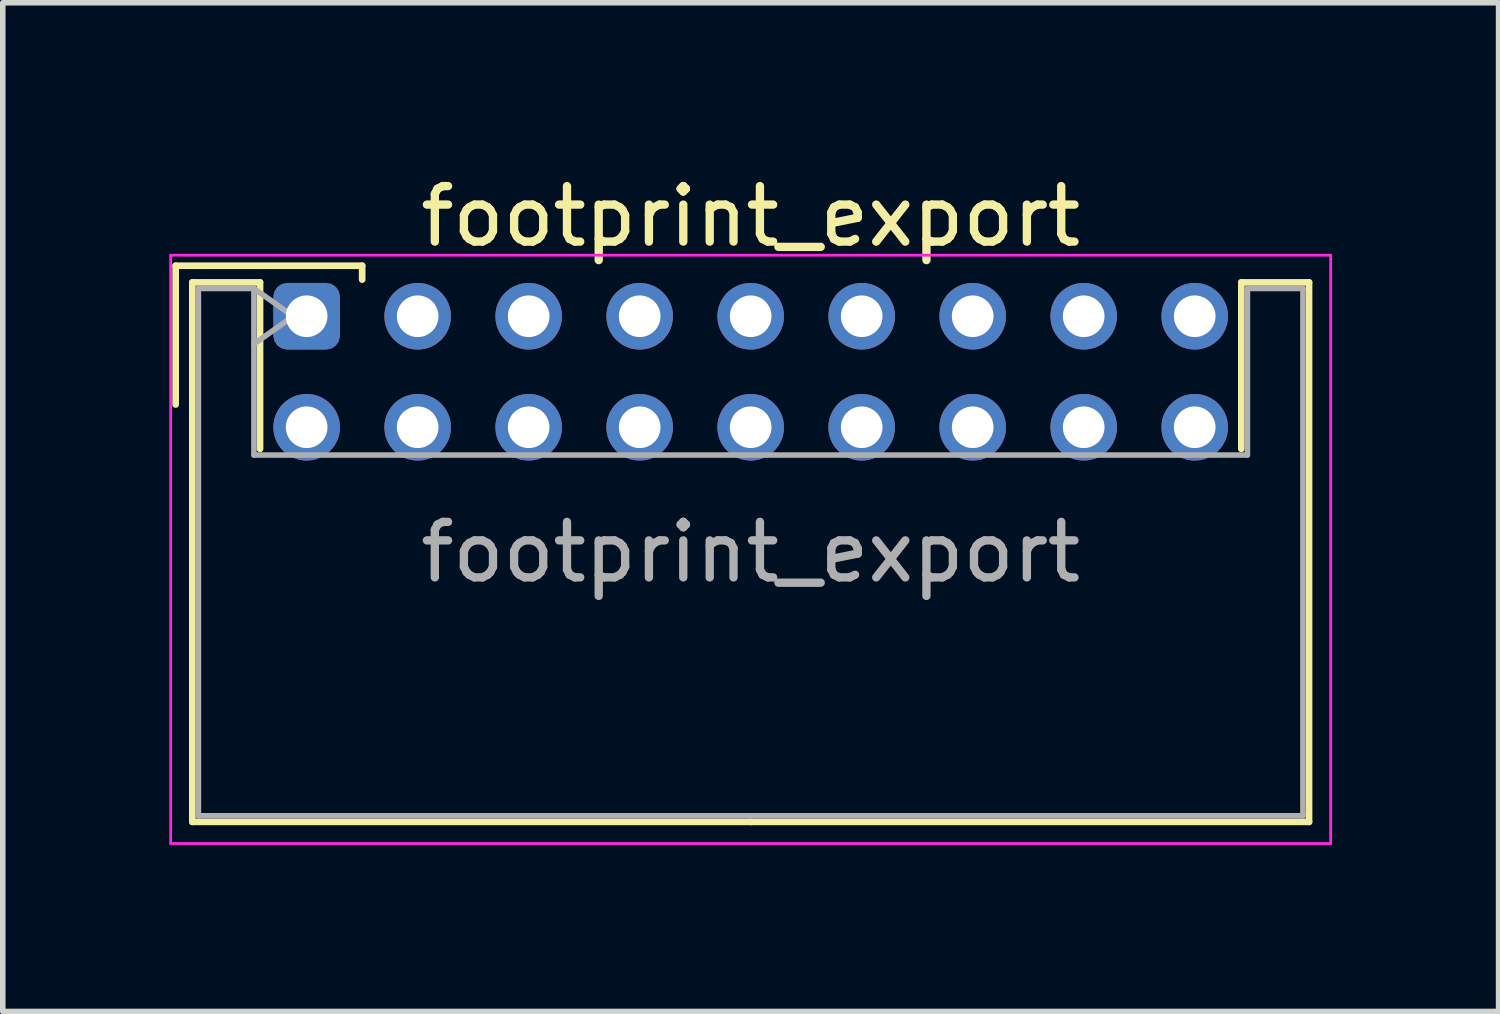
<source format=kicad_pcb>
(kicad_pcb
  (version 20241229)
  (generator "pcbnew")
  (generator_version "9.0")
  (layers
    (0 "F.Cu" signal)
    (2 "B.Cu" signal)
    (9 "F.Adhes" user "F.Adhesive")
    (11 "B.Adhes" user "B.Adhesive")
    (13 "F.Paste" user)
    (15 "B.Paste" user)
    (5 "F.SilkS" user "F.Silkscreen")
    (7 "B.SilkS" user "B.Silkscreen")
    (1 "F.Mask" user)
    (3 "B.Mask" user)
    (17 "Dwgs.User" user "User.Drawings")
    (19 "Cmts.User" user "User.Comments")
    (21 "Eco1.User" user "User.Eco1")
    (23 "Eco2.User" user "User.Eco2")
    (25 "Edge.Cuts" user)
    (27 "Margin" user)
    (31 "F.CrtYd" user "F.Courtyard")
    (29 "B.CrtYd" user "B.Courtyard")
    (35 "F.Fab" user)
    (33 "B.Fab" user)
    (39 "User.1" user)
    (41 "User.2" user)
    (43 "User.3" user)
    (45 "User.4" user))
  (footprint "footprint_export"
    (layer "F.Cu")
    (at 2.475 2.648)
    (property "Reference" "footprint_export" (at 8 -1.8 0) (layer "F.SilkS") (effects (font (size 1 1) (thickness 0.15))))
    (attr through_hole)
    (fp_line (start -2.36 -0.91) (end -2.36 1.59) (stroke (width 0.12) (type solid)) (layer "F.SilkS"))
    (fp_line (start -2.06 -0.61) (end -2.06 9.11) (stroke (width 0.12) (type solid)) (layer "F.SilkS"))
    (fp_line (start -2.06 9.11) (end 8 9.11) (stroke (width 0.12) (type solid)) (layer "F.SilkS"))
    (fp_line (start -0.84 -0.61) (end -2.06 -0.61) (stroke (width 0.12) (type solid)) (layer "F.SilkS"))
    (fp_line (start -0.84 2.39) (end -0.84 -0.61) (stroke (width 0.12) (type solid)) (layer "F.SilkS"))
    (fp_line (start 1 -0.91) (end -2.36 -0.91) (stroke (width 0.12) (type solid)) (layer "F.SilkS"))
    (fp_line (start 1 -0.66) (end 1 -0.91) (stroke (width 0.12) (type solid)) (layer "F.SilkS"))
    (fp_line (start 16.84 -0.61) (end 18.06 -0.61) (stroke (width 0.12) (type solid)) (layer "F.SilkS"))
    (fp_line (start 16.84 2.39) (end 16.84 -0.61) (stroke (width 0.12) (type solid)) (layer "F.SilkS"))
    (fp_line (start 18.06 -0.61) (end 18.06 9.11) (stroke (width 0.12) (type solid)) (layer "F.SilkS"))
    (fp_line (start 18.06 9.11) (end 8 9.11) (stroke (width 0.12) (type solid)) (layer "F.SilkS"))
    (fp_line (start -2.45 -1.1) (end -2.45 9.5) (stroke (width 0.05) (type solid)) (layer "F.CrtYd"))
    (fp_line (start -2.45 9.5) (end 18.45 9.5) (stroke (width 0.05) (type solid)) (layer "F.CrtYd"))
    (fp_line (start 18.45 -1.1) (end -2.45 -1.1) (stroke (width 0.05) (type solid)) (layer "F.CrtYd"))
    (fp_line (start 18.45 9.5) (end 18.45 -1.1) (stroke (width 0.05) (type solid)) (layer "F.CrtYd"))
    (fp_line (start -1.95 -0.5) (end -0.95 -0.5) (stroke (width 0.1) (type solid)) (layer "F.Fab"))
    (fp_line (start -1.95 9) (end -1.95 -0.5) (stroke (width 0.1) (type solid)) (layer "F.Fab"))
    (fp_line (start -0.95 -0.5) (end -0.95 2.5) (stroke (width 0.1) (type solid)) (layer "F.Fab"))
    (fp_line (start -0.95 -0.5) (end -0.243 0) (stroke (width 0.1) (type solid)) (layer "F.Fab"))
    (fp_line (start -0.95 2.5) (end 16.95 2.5) (stroke (width 0.1) (type solid)) (layer "F.Fab"))
    (fp_line (start -0.243 0) (end -0.95 0.5) (stroke (width 0.1) (type solid)) (layer "F.Fab"))
    (fp_line (start 16.95 -0.5) (end 17.95 -0.5) (stroke (width 0.1) (type solid)) (layer "F.Fab"))
    (fp_line (start 16.95 2.5) (end 16.95 -0.5) (stroke (width 0.1) (type solid)) (layer "F.Fab"))
    (fp_line (start 17.95 -0.5) (end 17.95 9) (stroke (width 0.1) (type solid)) (layer "F.Fab"))
    (fp_line (start 17.95 9) (end -1.95 9) (stroke (width 0.1) (type solid)) (layer "F.Fab"))
    (fp_text user "${REFERENCE}" (at 8 4.25 0) (layer "F.Fab") (effects (font (size 1 1) (thickness 0.15))))
    (pad "1" thru_hole roundrect (at 0 0) (size 1.2 1.2) (drill 0.75) (layers "*.Cu" "*.Mask") (roundrect_rratio 0.208))
    (pad "2" thru_hole circle (at 0 2) (size 1.2 1.2) (drill 0.75) (layers "*.Cu" "*.Mask"))
    (pad "3" thru_hole circle (at 2 0) (size 1.2 1.2) (drill 0.75) (layers "*.Cu" "*.Mask"))
    (pad "4" thru_hole circle (at 2 2) (size 1.2 1.2) (drill 0.75) (layers "*.Cu" "*.Mask"))
    (pad "5" thru_hole circle (at 4 0) (size 1.2 1.2) (drill 0.75) (layers "*.Cu" "*.Mask"))
    (pad "6" thru_hole circle (at 4 2) (size 1.2 1.2) (drill 0.75) (layers "*.Cu" "*.Mask"))
    (pad "7" thru_hole circle (at 6 0) (size 1.2 1.2) (drill 0.75) (layers "*.Cu" "*.Mask"))
    (pad "8" thru_hole circle (at 6 2) (size 1.2 1.2) (drill 0.75) (layers "*.Cu" "*.Mask"))
    (pad "9" thru_hole circle (at 8 0) (size 1.2 1.2) (drill 0.75) (layers "*.Cu" "*.Mask"))
    (pad "10" thru_hole circle (at 8 2) (size 1.2 1.2) (drill 0.75) (layers "*.Cu" "*.Mask"))
    (pad "11" thru_hole circle (at 10 0) (size 1.2 1.2) (drill 0.75) (layers "*.Cu" "*.Mask"))
    (pad "12" thru_hole circle (at 10 2) (size 1.2 1.2) (drill 0.75) (layers "*.Cu" "*.Mask"))
    (pad "13" thru_hole circle (at 12 0) (size 1.2 1.2) (drill 0.75) (layers "*.Cu" "*.Mask"))
    (pad "14" thru_hole circle (at 12 2) (size 1.2 1.2) (drill 0.75) (layers "*.Cu" "*.Mask"))
    (pad "15" thru_hole circle (at 14 0) (size 1.2 1.2) (drill 0.75) (layers "*.Cu" "*.Mask"))
    (pad "16" thru_hole circle (at 14 2) (size 1.2 1.2) (drill 0.75) (layers "*.Cu" "*.Mask"))
    (pad "17" thru_hole circle (at 16 0) (size 1.2 1.2) (drill 0.75) (layers "*.Cu" "*.Mask"))
    (pad "18" thru_hole circle (at 16 2) (size 1.2 1.2) (drill 0.75) (layers "*.Cu" "*.Mask")))
  (gr_rect
    (start -3 -3)
    (end 23.95 15.173)
    (stroke (width 0.1) (type default))
    (fill no)
    (layer "Edge.Cuts")))
</source>
